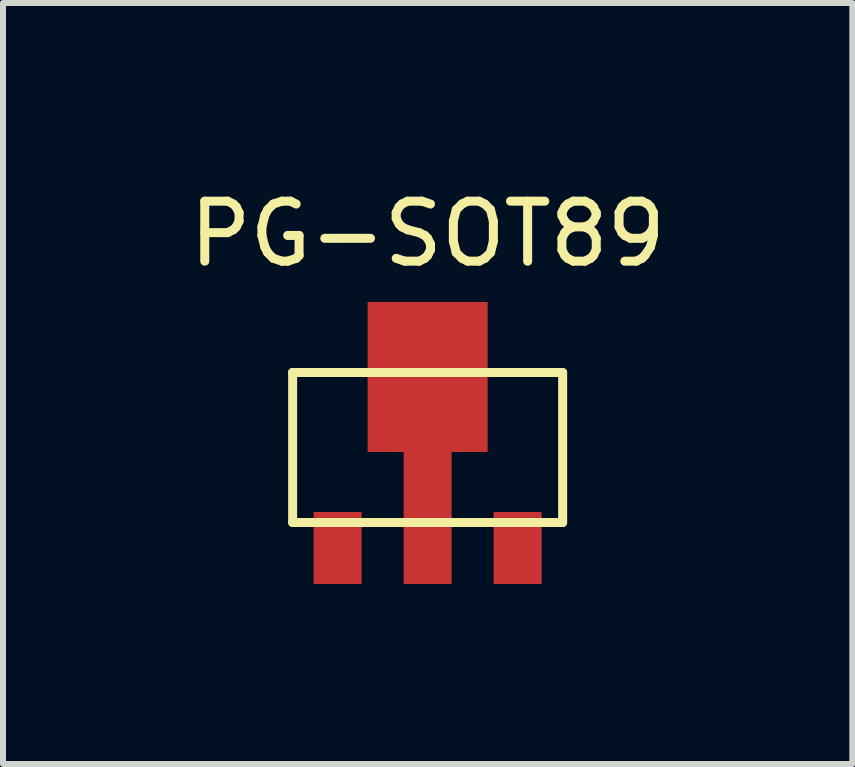
<source format=kicad_pcb>
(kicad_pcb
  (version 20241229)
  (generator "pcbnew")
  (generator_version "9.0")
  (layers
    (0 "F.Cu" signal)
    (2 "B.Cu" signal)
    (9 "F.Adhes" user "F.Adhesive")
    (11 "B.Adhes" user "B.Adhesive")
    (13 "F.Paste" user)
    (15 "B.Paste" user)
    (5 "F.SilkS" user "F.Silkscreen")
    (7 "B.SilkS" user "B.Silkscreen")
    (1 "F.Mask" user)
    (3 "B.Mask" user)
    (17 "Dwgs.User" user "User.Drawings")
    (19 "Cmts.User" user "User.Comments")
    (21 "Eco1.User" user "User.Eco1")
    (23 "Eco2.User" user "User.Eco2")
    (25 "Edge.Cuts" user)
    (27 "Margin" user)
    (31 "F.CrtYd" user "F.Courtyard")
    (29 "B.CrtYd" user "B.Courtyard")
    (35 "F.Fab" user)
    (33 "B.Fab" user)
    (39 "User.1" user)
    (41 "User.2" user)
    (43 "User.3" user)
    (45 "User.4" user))
  (footprint "PG-SOT89"
    (layer "F.Cu")
    (at 4.077 4.658)
    (property "Reference" "PG-SOT89" (at 0 -3.81 0) (layer "F.SilkS") (effects (font (size 1 1) (thickness 0.15))))
    (attr smd)
    (fp_line (start -2.25 -1.5) (end -2.25 1) (stroke (width 0.15) (type solid)) (layer "F.SilkS"))
    (fp_line (start -2.25 -1.5) (end 2.25 -1.5) (stroke (width 0.15) (type solid)) (layer "F.SilkS"))
    (fp_line (start 2.25 -1.5) (end 2.25 1) (stroke (width 0.15) (type solid)) (layer "F.SilkS"))
    (fp_line (start 2.25 1) (end -2.25 1) (stroke (width 0.15) (type solid)) (layer "F.SilkS"))
    (pad "1" smd rect (at -1.5 1.425) (size 0.8 1.2) (layers "F.Cu" "F.Mask" "F.Paste"))
    (pad "2" smd rect (at 0 -1.425) (size 2 2.5) (layers "F.Cu" "F.Mask" "F.Paste"))
    (pad "2" smd rect (at 0 0.325) (size 0.8 1) (layers "F.Cu" "F.Mask" "F.Paste"))
    (pad "2" smd rect (at 0 1.425) (size 0.8 1.2) (layers "F.Cu" "F.Mask" "F.Paste"))
    (pad "3" smd rect (at 1.5 1.425) (size 0.8 1.2) (layers "F.Cu" "F.Mask" "F.Paste")))
  (gr_rect
    (start -3 -3)
    (end 11.155 9.683)
    (stroke (width 0.1) (type default))
    (fill no)
    (layer "Edge.Cuts")))
</source>
